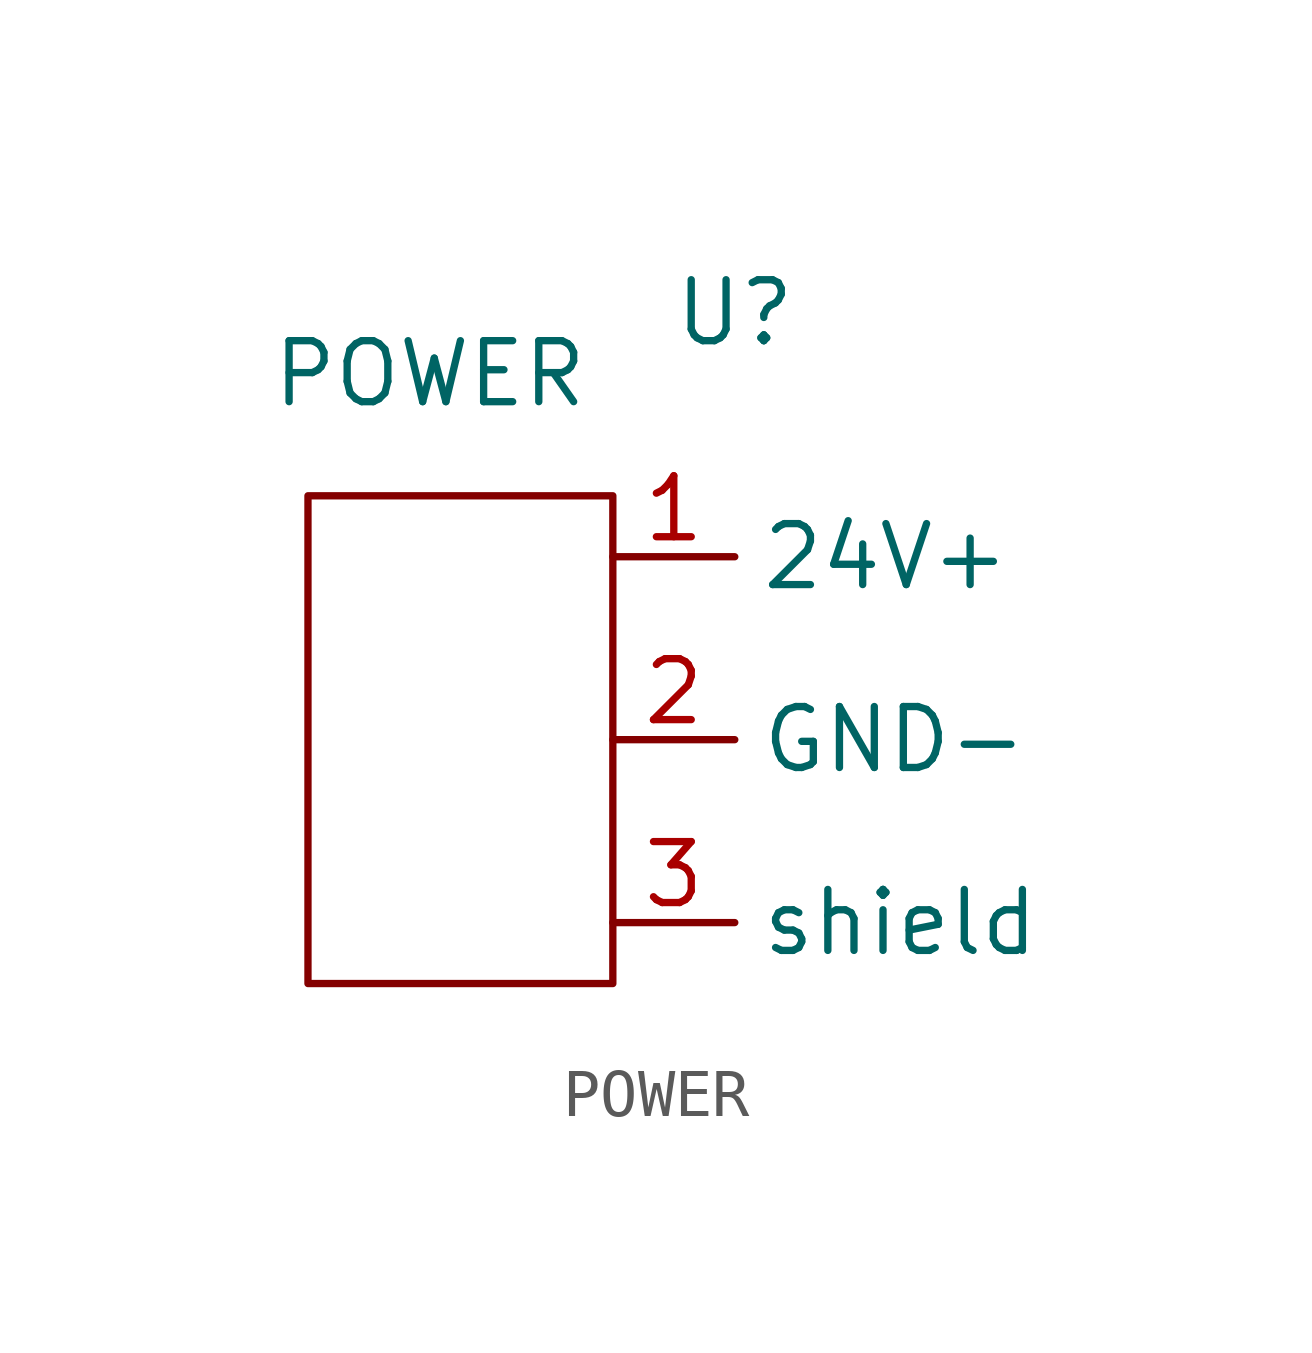
<source format=kicad_sym>
(kicad_symbol_lib
  (version 20211014)
  (generator kicad_symbol_editor)
  (symbol "POWER"
    (property "Reference" "U"
      (at 5.08 3.81 0)
      (effects (font (size 1.27 1.27))))
    (property "Value" "POWER"
      (at -1.27 2.54 0)
      (effects (font (size 1.27 1.27))))
    (symbol "POWER_0_1"
      (rectangle (start -3.81 0) (end 2.54 -10.16) (stroke (width 0) (type default) (color 0 0 0 0)) (fill (type none))))
    (symbol "POWER_1_1"
      (pin input line (at 2.54 -1.27 0) (length 2.54) (name "24V+" (effects (font (size 1.27 1.27)))) (number "1" (effects (font (size 1.27 1.27)))))
      (pin input line (at 2.54 -5.08 0) (length 2.54) (name "GND-" (effects (font (size 1.27 1.27)))) (number "2" (effects (font (size 1.27 1.27)))))
      (pin input line (at 2.54 -8.89 0) (length 2.54) (name "shield" (effects (font (size 1.27 1.27)))) (number "3" (effects (font (size 1.27 1.27))))))))
</source>
